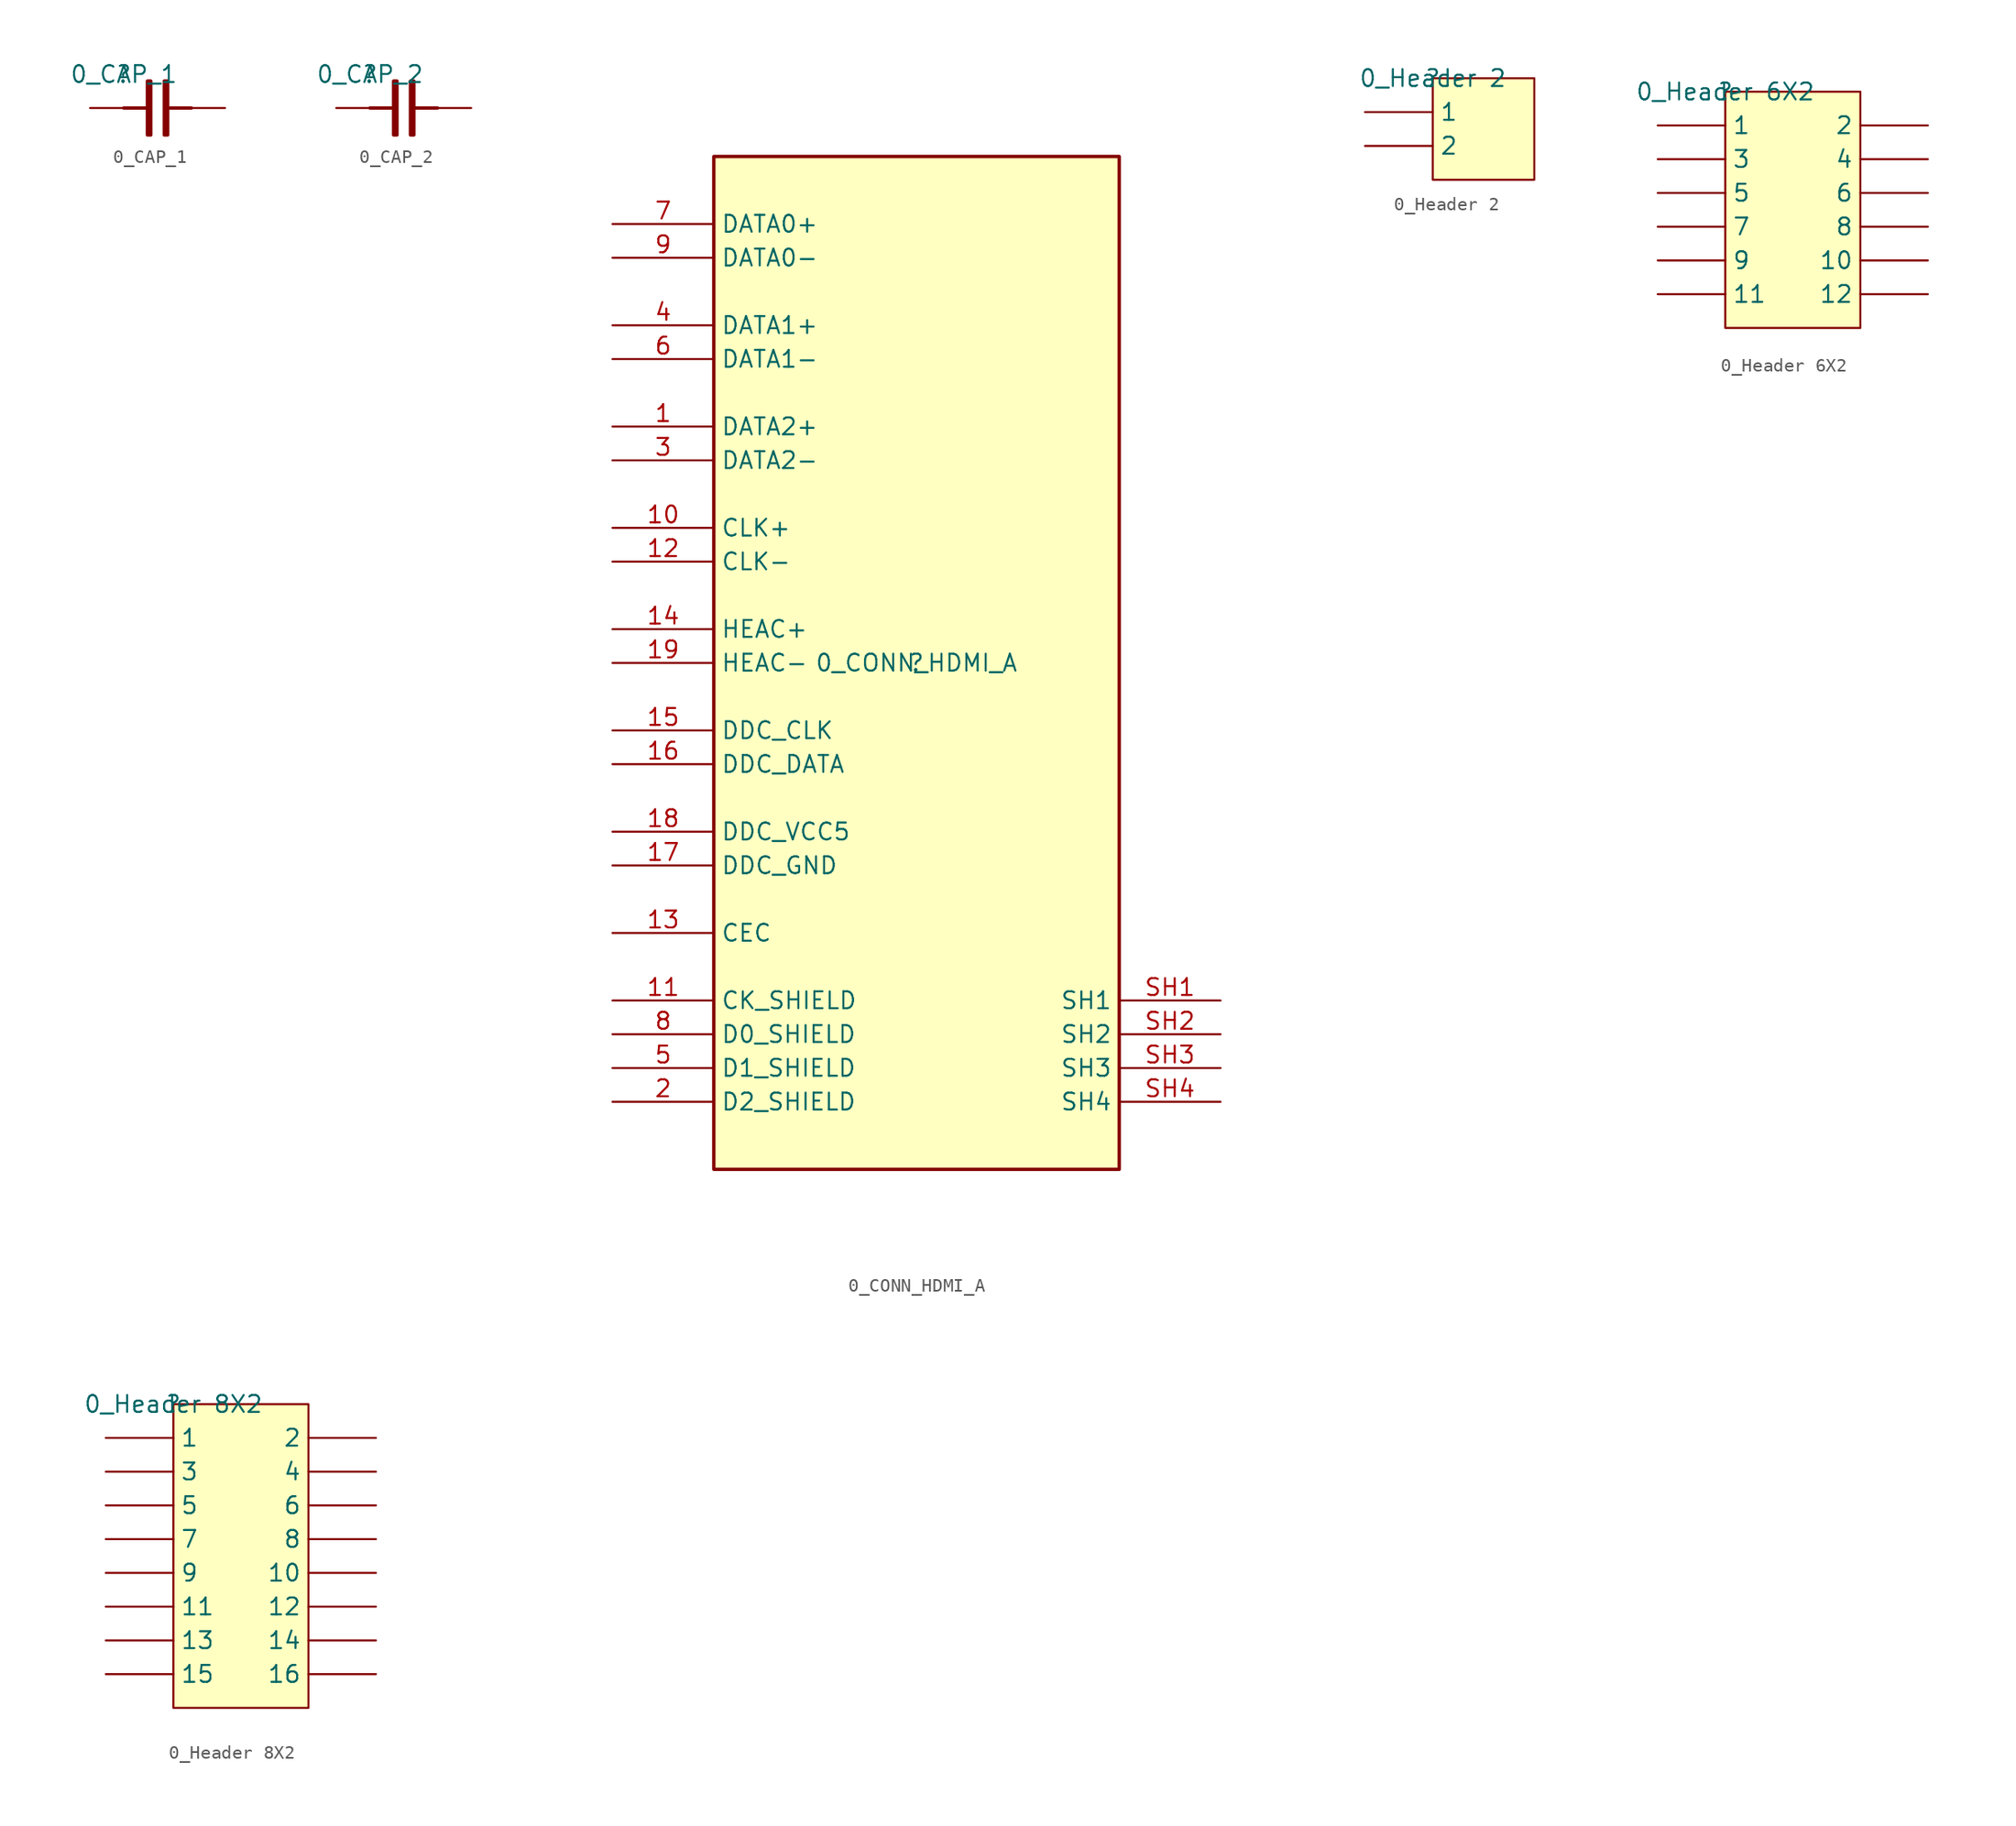
<source format=kicad_sym>
(kicad_symbol_lib
  (version 20211014)
  (generator kicad_symbol_editor)
  (symbol "pynqsdr-altium-import:0_CAP_1"
    (property "Reference" ""
      (at 0 0 0)
      (effects (font (size 1.27 1.27))))
    (property "Value" "0_CAP_1"
      (at 0 0 0)
      (effects (font (size 1.27 1.27))))
    (symbol "0_CAP_1_1_0"
      (polyline (pts (xy 3.302 -2.54) (xy 5.08 -2.54)) (stroke (width 0.254) (type default) (color 0 0 0 0)) (fill (type none)))
      (polyline (pts (xy 0 -2.54) (xy 1.778 -2.54)) (stroke (width 0.254) (type default) (color 0 0 0 0)) (fill (type none)))
      (polyline (pts (xy 1.778 -0.508) (xy 2.032 -0.508) (xy 2.032 -4.572) (xy 1.778 -4.572) (xy 1.778 -0.508)) (stroke (width 0.254) (type default) (color 0 0 0 0)) (fill (type outline)))
      (polyline (pts (xy 3.048 -0.508) (xy 3.302 -0.508) (xy 3.302 -4.572) (xy 3.048 -4.572) (xy 3.048 -0.508)) (stroke (width 0.254) (type default) (color 0 0 0 0)) (fill (type outline)))
      (pin passive line (at -2.54 -2.54 0) (length 2.54) (name "1" (effects (font (size 0 0)))) (number "1" (effects (font (size 0 0)))))
      (pin passive line (at 7.62 -2.54 180) (length 2.54) (name "2" (effects (font (size 0 0)))) (number "2" (effects (font (size 0 0)))))))
  (symbol "pynqsdr-altium-import:0_CAP_2"
    (property "Reference" ""
      (at 0 0 0)
      (effects (font (size 1.27 1.27))))
    (property "Value" "0_CAP_2"
      (at 0 0 0)
      (effects (font (size 1.27 1.27))))
    (symbol "0_CAP_2_1_0"
      (polyline (pts (xy 3.302 -2.54) (xy 5.08 -2.54)) (stroke (width 0.254) (type default) (color 0 0 0 0)) (fill (type none)))
      (polyline (pts (xy 0 -2.54) (xy 1.778 -2.54)) (stroke (width 0.254) (type default) (color 0 0 0 0)) (fill (type none)))
      (polyline (pts (xy 1.778 -0.508) (xy 2.032 -0.508) (xy 2.032 -4.572) (xy 1.778 -4.572) (xy 1.778 -0.508)) (stroke (width 0.254) (type default) (color 0 0 0 0)) (fill (type outline)))
      (polyline (pts (xy 3.048 -0.508) (xy 3.302 -0.508) (xy 3.302 -4.572) (xy 3.048 -4.572) (xy 3.048 -0.508)) (stroke (width 0.254) (type default) (color 0 0 0 0)) (fill (type outline)))
      (pin passive line (at -2.54 -2.54 0) (length 2.54) (name "1" (effects (font (size 0 0)))) (number "1" (effects (font (size 0 0)))))
      (pin passive line (at 7.62 -2.54 180) (length 2.54) (name "2" (effects (font (size 0 0)))) (number "2" (effects (font (size 0 0)))))))
  (symbol "pynqsdr-altium-import:0_CONN_HDMI_A"
    (property "Reference" ""
      (at 0 0 0)
      (effects (font (size 1.27 1.27))))
    (property "Value" "0_CONN_HDMI_A"
      (at 0 0 0)
      (effects (font (size 1.27 1.27))))
    (symbol "0_CONN_HDMI_A_1_0"
      (rectangle (start 15.24 38.1) (end -15.24 -38.1) (stroke (width 0.254) (type default) (color 0 0 0 0)) (fill (type background)))
      (pin passive line (at 22.86 -33.02 180) (length 7.62) (name "SH4" (effects (font (size 1.27 1.27)))) (number "SH4" (effects (font (size 1.27 1.27)))))
      (pin bidirectional line (at -22.86 17.78 0) (length 7.62) (name "DATA2+" (effects (font (size 1.27 1.27)))) (number "1" (effects (font (size 1.27 1.27)))))
      (pin bidirectional line (at -22.86 10.16 0) (length 7.62) (name "CLK+" (effects (font (size 1.27 1.27)))) (number "10" (effects (font (size 1.27 1.27)))))
      (pin passive line (at -22.86 -25.4 0) (length 7.62) (name "CK_SHIELD" (effects (font (size 1.27 1.27)))) (number "11" (effects (font (size 1.27 1.27)))))
      (pin bidirectional line (at -22.86 7.62 0) (length 7.62) (name "CLK-" (effects (font (size 1.27 1.27)))) (number "12" (effects (font (size 1.27 1.27)))))
      (pin bidirectional line (at -22.86 -20.32 0) (length 7.62) (name "CEC" (effects (font (size 1.27 1.27)))) (number "13" (effects (font (size 1.27 1.27)))))
      (pin bidirectional line (at -22.86 2.54 0) (length 7.62) (name "HEAC+" (effects (font (size 1.27 1.27)))) (number "14" (effects (font (size 1.27 1.27)))))
      (pin bidirectional line (at -22.86 -5.08 0) (length 7.62) (name "DDC_CLK" (effects (font (size 1.27 1.27)))) (number "15" (effects (font (size 1.27 1.27)))))
      (pin bidirectional line (at -22.86 -7.62 0) (length 7.62) (name "DDC_DATA" (effects (font (size 1.27 1.27)))) (number "16" (effects (font (size 1.27 1.27)))))
      (pin passive line (at -22.86 -15.24 0) (length 7.62) (name "DDC_GND" (effects (font (size 1.27 1.27)))) (number "17" (effects (font (size 1.27 1.27)))))
      (pin passive line (at -22.86 -12.7 0) (length 7.62) (name "DDC_VCC5" (effects (font (size 1.27 1.27)))) (number "18" (effects (font (size 1.27 1.27)))))
      (pin bidirectional line (at -22.86 0 0) (length 7.62) (name "HEAC-" (effects (font (size 1.27 1.27)))) (number "19" (effects (font (size 1.27 1.27)))))
      (pin passive line (at -22.86 -33.02 0) (length 7.62) (name "D2_SHIELD" (effects (font (size 1.27 1.27)))) (number "2" (effects (font (size 1.27 1.27)))))
      (pin bidirectional line (at -22.86 15.24 0) (length 7.62) (name "DATA2-" (effects (font (size 1.27 1.27)))) (number "3" (effects (font (size 1.27 1.27)))))
      (pin bidirectional line (at -22.86 25.4 0) (length 7.62) (name "DATA1+" (effects (font (size 1.27 1.27)))) (number "4" (effects (font (size 1.27 1.27)))))
      (pin passive line (at -22.86 -30.48 0) (length 7.62) (name "D1_SHIELD" (effects (font (size 1.27 1.27)))) (number "5" (effects (font (size 1.27 1.27)))))
      (pin bidirectional line (at -22.86 22.86 0) (length 7.62) (name "DATA1-" (effects (font (size 1.27 1.27)))) (number "6" (effects (font (size 1.27 1.27)))))
      (pin bidirectional line (at -22.86 33.02 0) (length 7.62) (name "DATA0+" (effects (font (size 1.27 1.27)))) (number "7" (effects (font (size 1.27 1.27)))))
      (pin passive line (at -22.86 -27.94 0) (length 7.62) (name "D0_SHIELD" (effects (font (size 1.27 1.27)))) (number "8" (effects (font (size 1.27 1.27)))))
      (pin bidirectional line (at -22.86 30.48 0) (length 7.62) (name "DATA0-" (effects (font (size 1.27 1.27)))) (number "9" (effects (font (size 1.27 1.27)))))
      (pin passive line (at 22.86 -25.4 180) (length 7.62) (name "SH1" (effects (font (size 1.27 1.27)))) (number "SH1" (effects (font (size 1.27 1.27)))))
      (pin passive line (at 22.86 -27.94 180) (length 7.62) (name "SH2" (effects (font (size 1.27 1.27)))) (number "SH2" (effects (font (size 1.27 1.27)))))
      (pin passive line (at 22.86 -30.48 180) (length 7.62) (name "SH3" (effects (font (size 1.27 1.27)))) (number "SH3" (effects (font (size 1.27 1.27)))))))
  (symbol "pynqsdr-altium-import:0_Header 2"
    (property "Reference" ""
      (at 0 0 0)
      (effects (font (size 1.27 1.27))))
    (property "Value" "0_Header 2"
      (at 0 0 0)
      (effects (font (size 1.27 1.27))))
    (symbol "0_Header 2_1_0"
      (rectangle (start 7.62 0) (end 0 -7.62) (stroke (width 0) (type default) (color 0 0 0 0)) (fill (type background)))
      (pin passive line (at -5.08 -5.08 0) (length 5.08) (name "2" (effects (font (size 1.27 1.27)))) (number "2" (effects (font (size 0 0)))))
      (pin passive line (at -5.08 -2.54 0) (length 5.08) (name "1" (effects (font (size 1.27 1.27)))) (number "1" (effects (font (size 0 0)))))))
  (symbol "pynqsdr-altium-import:0_Header 6X2"
    (property "Reference" ""
      (at 0 0 0)
      (effects (font (size 1.27 1.27))))
    (property "Value" "0_Header 6X2"
      (at 0 0 0)
      (effects (font (size 1.27 1.27))))
    (symbol "0_Header 6X2_1_0"
      (rectangle (start 10.16 0) (end 0 -17.78) (stroke (width 0) (type default) (color 0 0 0 0)) (fill (type background)))
      (pin passive line (at 15.24 -15.24 180) (length 5.08) (name "12" (effects (font (size 1.27 1.27)))) (number "12" (effects (font (size 0 0)))))
      (pin passive line (at -5.08 -2.54 0) (length 5.08) (name "1" (effects (font (size 1.27 1.27)))) (number "1" (effects (font (size 0 0)))))
      (pin passive line (at 15.24 -12.7 180) (length 5.08) (name "10" (effects (font (size 1.27 1.27)))) (number "10" (effects (font (size 0 0)))))
      (pin passive line (at -5.08 -15.24 0) (length 5.08) (name "11" (effects (font (size 1.27 1.27)))) (number "11" (effects (font (size 0 0)))))
      (pin passive line (at 15.24 -2.54 180) (length 5.08) (name "2" (effects (font (size 1.27 1.27)))) (number "2" (effects (font (size 0 0)))))
      (pin passive line (at -5.08 -5.08 0) (length 5.08) (name "3" (effects (font (size 1.27 1.27)))) (number "3" (effects (font (size 0 0)))))
      (pin passive line (at 15.24 -5.08 180) (length 5.08) (name "4" (effects (font (size 1.27 1.27)))) (number "4" (effects (font (size 0 0)))))
      (pin passive line (at -5.08 -7.62 0) (length 5.08) (name "5" (effects (font (size 1.27 1.27)))) (number "5" (effects (font (size 0 0)))))
      (pin passive line (at 15.24 -7.62 180) (length 5.08) (name "6" (effects (font (size 1.27 1.27)))) (number "6" (effects (font (size 0 0)))))
      (pin passive line (at -5.08 -10.16 0) (length 5.08) (name "7" (effects (font (size 1.27 1.27)))) (number "7" (effects (font (size 0 0)))))
      (pin passive line (at 15.24 -10.16 180) (length 5.08) (name "8" (effects (font (size 1.27 1.27)))) (number "8" (effects (font (size 0 0)))))
      (pin passive line (at -5.08 -12.7 0) (length 5.08) (name "9" (effects (font (size 1.27 1.27)))) (number "9" (effects (font (size 0 0)))))))
  (symbol "pynqsdr-altium-import:0_Header 8X2"
    (property "Reference" ""
      (at 0 0 0)
      (effects (font (size 1.27 1.27))))
    (property "Value" "0_Header 8X2"
      (at 0 0 0)
      (effects (font (size 1.27 1.27))))
    (symbol "0_Header 8X2_1_0"
      (rectangle (start 10.16 0) (end 0 -22.86) (stroke (width 0) (type default) (color 0 0 0 0)) (fill (type background)))
      (pin passive line (at 15.24 -20.32 180) (length 5.08) (name "16" (effects (font (size 1.27 1.27)))) (number "16" (effects (font (size 0 0)))))
      (pin passive line (at -5.08 -2.54 0) (length 5.08) (name "1" (effects (font (size 1.27 1.27)))) (number "1" (effects (font (size 0 0)))))
      (pin passive line (at 15.24 -12.7 180) (length 5.08) (name "10" (effects (font (size 1.27 1.27)))) (number "10" (effects (font (size 0 0)))))
      (pin passive line (at -5.08 -15.24 0) (length 5.08) (name "11" (effects (font (size 1.27 1.27)))) (number "11" (effects (font (size 0 0)))))
      (pin passive line (at 15.24 -15.24 180) (length 5.08) (name "12" (effects (font (size 1.27 1.27)))) (number "12" (effects (font (size 0 0)))))
      (pin passive line (at -5.08 -17.78 0) (length 5.08) (name "13" (effects (font (size 1.27 1.27)))) (number "13" (effects (font (size 0 0)))))
      (pin passive line (at 15.24 -17.78 180) (length 5.08) (name "14" (effects (font (size 1.27 1.27)))) (number "14" (effects (font (size 0 0)))))
      (pin passive line (at -5.08 -20.32 0) (length 5.08) (name "15" (effects (font (size 1.27 1.27)))) (number "15" (effects (font (size 0 0)))))
      (pin passive line (at 15.24 -2.54 180) (length 5.08) (name "2" (effects (font (size 1.27 1.27)))) (number "2" (effects (font (size 0 0)))))
      (pin passive line (at -5.08 -5.08 0) (length 5.08) (name "3" (effects (font (size 1.27 1.27)))) (number "3" (effects (font (size 0 0)))))
      (pin passive line (at 15.24 -5.08 180) (length 5.08) (name "4" (effects (font (size 1.27 1.27)))) (number "4" (effects (font (size 0 0)))))
      (pin passive line (at -5.08 -7.62 0) (length 5.08) (name "5" (effects (font (size 1.27 1.27)))) (number "5" (effects (font (size 0 0)))))
      (pin passive line (at 15.24 -7.62 180) (length 5.08) (name "6" (effects (font (size 1.27 1.27)))) (number "6" (effects (font (size 0 0)))))
      (pin passive line (at -5.08 -10.16 0) (length 5.08) (name "7" (effects (font (size 1.27 1.27)))) (number "7" (effects (font (size 0 0)))))
      (pin passive line (at 15.24 -10.16 180) (length 5.08) (name "8" (effects (font (size 1.27 1.27)))) (number "8" (effects (font (size 0 0)))))
      (pin passive line (at -5.08 -12.7 0) (length 5.08) (name "9" (effects (font (size 1.27 1.27)))) (number "9" (effects (font (size 0 0))))))))
</source>
